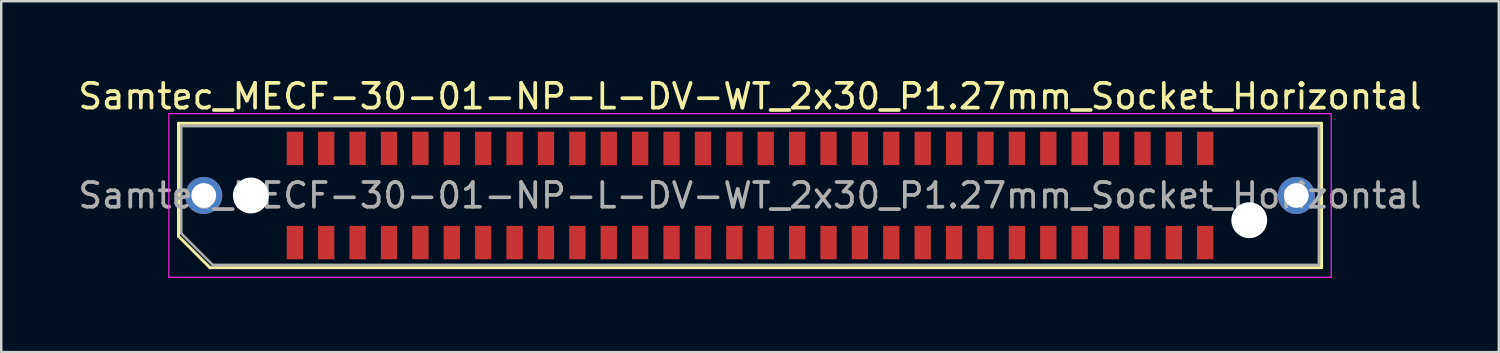
<source format=kicad_pcb>
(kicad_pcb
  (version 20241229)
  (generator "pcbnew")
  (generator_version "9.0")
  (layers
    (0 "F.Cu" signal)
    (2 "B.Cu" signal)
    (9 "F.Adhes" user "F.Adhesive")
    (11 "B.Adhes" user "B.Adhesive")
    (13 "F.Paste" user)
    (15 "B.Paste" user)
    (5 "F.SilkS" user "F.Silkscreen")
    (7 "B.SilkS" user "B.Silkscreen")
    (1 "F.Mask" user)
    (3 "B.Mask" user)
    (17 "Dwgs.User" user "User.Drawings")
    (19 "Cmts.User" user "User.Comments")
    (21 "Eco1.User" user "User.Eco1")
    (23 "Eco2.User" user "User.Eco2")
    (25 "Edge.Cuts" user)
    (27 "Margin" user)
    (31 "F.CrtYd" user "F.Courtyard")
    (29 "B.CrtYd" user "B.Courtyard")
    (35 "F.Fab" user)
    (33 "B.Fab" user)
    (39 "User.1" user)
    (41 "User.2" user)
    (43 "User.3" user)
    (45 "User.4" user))
  (footprint "Samtec_MECF-30-01-NP-L-DV-WT_2x30_P1.27mm_Socket_Horizontal"
    (layer "F.Cu")
    (at 27.292 4.858)
    (property "Reference" "Samtec_MECF-30-01-NP-L-DV-WT_2x30_P1.27mm_Socket_Horizontal" (at 0 -4.01 0) (layer "F.SilkS") (effects (font (size 1 1) (thickness 0.15))))
    (attr smd)
    (fp_line (start -23.12 -2.92) (end 23.12 -2.92) (stroke (width 0.12) (type solid)) (layer "F.SilkS"))
    (fp_line (start -23.12 1.65) (end -23.12 -2.92) (stroke (width 0.12) (type solid)) (layer "F.SilkS"))
    (fp_line (start -21.85 2.92) (end -23.12 1.65) (stroke (width 0.12) (type solid)) (layer "F.SilkS"))
    (fp_line (start -21.85 2.92) (end 23.12 2.92) (stroke (width 0.12) (type solid)) (layer "F.SilkS"))
    (fp_line (start 23.12 2.92) (end 23.12 -2.92) (stroke (width 0.12) (type solid)) (layer "F.SilkS"))
    (fp_line (start -23.51 -3.31) (end -23.51 3.31) (stroke (width 0.05) (type solid)) (layer "F.CrtYd"))
    (fp_line (start -23.51 3.31) (end 23.51 3.31) (stroke (width 0.05) (type solid)) (layer "F.CrtYd"))
    (fp_line (start 23.51 -3.31) (end -23.51 -3.31) (stroke (width 0.05) (type solid)) (layer "F.CrtYd"))
    (fp_line (start 23.51 3.31) (end 23.51 -3.31) (stroke (width 0.05) (type solid)) (layer "F.CrtYd"))
    (fp_line (start -23.01 -2.805) (end 23.01 -2.805) (stroke (width 0.1) (type solid)) (layer "F.Fab"))
    (fp_line (start -23.01 1.535) (end -23.01 -2.805) (stroke (width 0.1) (type solid)) (layer "F.Fab"))
    (fp_line (start -23.01 1.535) (end -21.74 2.805) (stroke (width 0.1) (type solid)) (layer "F.Fab"))
    (fp_line (start -21.74 2.805) (end 23.01 2.805) (stroke (width 0.1) (type solid)) (layer "F.Fab"))
    (fp_line (start 23.01 2.805) (end 23.01 -2.805) (stroke (width 0.1) (type solid)) (layer "F.Fab"))
    (fp_text user "${REFERENCE}" (at 0 0 0) (layer "F.Fab") (effects (font (size 1 1) (thickness 0.15))))
    (pad "" thru_hole circle (at -22.1 0) (size 1.5 1.5) (drill 1) (layers "*.Cu" "*.Mask"))
    (pad "" np_thru_hole circle (at -20.195 0) (size 1.45 1.45) (drill 1.45) (layers "*.Cu" "*.Mask"))
    (pad "" np_thru_hole circle (at 20.195 1) (size 1.45 1.45) (drill 1.45) (layers "*.Cu" "*.Mask"))
    (pad "" thru_hole circle (at 22.1 0) (size 1.5 1.5) (drill 1) (layers "*.Cu" "*.Mask"))
    (pad "1" smd rect (at -18.415 1.905) (size 0.66 1.35) (layers "F.Cu" "F.Mask" "F.Paste"))
    (pad "2" smd rect (at -18.415 -1.905) (size 0.66 1.35) (layers "F.Cu" "F.Mask" "F.Paste"))
    (pad "3" smd rect (at -17.145 1.905) (size 0.66 1.35) (layers "F.Cu" "F.Mask" "F.Paste"))
    (pad "4" smd rect (at -17.145 -1.905) (size 0.66 1.35) (layers "F.Cu" "F.Mask" "F.Paste"))
    (pad "5" smd rect (at -15.875 1.905) (size 0.66 1.35) (layers "F.Cu" "F.Mask" "F.Paste"))
    (pad "6" smd rect (at -15.875 -1.905) (size 0.66 1.35) (layers "F.Cu" "F.Mask" "F.Paste"))
    (pad "7" smd rect (at -14.605 1.905) (size 0.66 1.35) (layers "F.Cu" "F.Mask" "F.Paste"))
    (pad "8" smd rect (at -14.605 -1.905) (size 0.66 1.35) (layers "F.Cu" "F.Mask" "F.Paste"))
    (pad "9" smd rect (at -13.335 1.905) (size 0.66 1.35) (layers "F.Cu" "F.Mask" "F.Paste"))
    (pad "10" smd rect (at -13.335 -1.905) (size 0.66 1.35) (layers "F.Cu" "F.Mask" "F.Paste"))
    (pad "11" smd rect (at -12.065 1.905) (size 0.66 1.35) (layers "F.Cu" "F.Mask" "F.Paste"))
    (pad "12" smd rect (at -12.065 -1.905) (size 0.66 1.35) (layers "F.Cu" "F.Mask" "F.Paste"))
    (pad "13" smd rect (at -10.795 1.905) (size 0.66 1.35) (layers "F.Cu" "F.Mask" "F.Paste"))
    (pad "14" smd rect (at -10.795 -1.905) (size 0.66 1.35) (layers "F.Cu" "F.Mask" "F.Paste"))
    (pad "15" smd rect (at -9.525 1.905) (size 0.66 1.35) (layers "F.Cu" "F.Mask" "F.Paste"))
    (pad "16" smd rect (at -9.525 -1.905) (size 0.66 1.35) (layers "F.Cu" "F.Mask" "F.Paste"))
    (pad "17" smd rect (at -8.255 1.905) (size 0.66 1.35) (layers "F.Cu" "F.Mask" "F.Paste"))
    (pad "18" smd rect (at -8.255 -1.905) (size 0.66 1.35) (layers "F.Cu" "F.Mask" "F.Paste"))
    (pad "19" smd rect (at -6.985 1.905) (size 0.66 1.35) (layers "F.Cu" "F.Mask" "F.Paste"))
    (pad "20" smd rect (at -6.985 -1.905) (size 0.66 1.35) (layers "F.Cu" "F.Mask" "F.Paste"))
    (pad "21" smd rect (at -5.715 1.905) (size 0.66 1.35) (layers "F.Cu" "F.Mask" "F.Paste"))
    (pad "22" smd rect (at -5.715 -1.905) (size 0.66 1.35) (layers "F.Cu" "F.Mask" "F.Paste"))
    (pad "23" smd rect (at -4.445 1.905) (size 0.66 1.35) (layers "F.Cu" "F.Mask" "F.Paste"))
    (pad "24" smd rect (at -4.445 -1.905) (size 0.66 1.35) (layers "F.Cu" "F.Mask" "F.Paste"))
    (pad "25" smd rect (at -3.175 1.905) (size 0.66 1.35) (layers "F.Cu" "F.Mask" "F.Paste"))
    (pad "26" smd rect (at -3.175 -1.905) (size 0.66 1.35) (layers "F.Cu" "F.Mask" "F.Paste"))
    (pad "27" smd rect (at -1.905 1.905) (size 0.66 1.35) (layers "F.Cu" "F.Mask" "F.Paste"))
    (pad "28" smd rect (at -1.905 -1.905) (size 0.66 1.35) (layers "F.Cu" "F.Mask" "F.Paste"))
    (pad "29" smd rect (at -0.635 1.905) (size 0.66 1.35) (layers "F.Cu" "F.Mask" "F.Paste"))
    (pad "30" smd rect (at -0.635 -1.905) (size 0.66 1.35) (layers "F.Cu" "F.Mask" "F.Paste"))
    (pad "31" smd rect (at 0.635 1.905) (size 0.66 1.35) (layers "F.Cu" "F.Mask" "F.Paste"))
    (pad "32" smd rect (at 0.635 -1.905) (size 0.66 1.35) (layers "F.Cu" "F.Mask" "F.Paste"))
    (pad "33" smd rect (at 1.905 1.905) (size 0.66 1.35) (layers "F.Cu" "F.Mask" "F.Paste"))
    (pad "34" smd rect (at 1.905 -1.905) (size 0.66 1.35) (layers "F.Cu" "F.Mask" "F.Paste"))
    (pad "35" smd rect (at 3.175 1.905) (size 0.66 1.35) (layers "F.Cu" "F.Mask" "F.Paste"))
    (pad "36" smd rect (at 3.175 -1.905) (size 0.66 1.35) (layers "F.Cu" "F.Mask" "F.Paste"))
    (pad "37" smd rect (at 4.445 1.905) (size 0.66 1.35) (layers "F.Cu" "F.Mask" "F.Paste"))
    (pad "38" smd rect (at 4.445 -1.905) (size 0.66 1.35) (layers "F.Cu" "F.Mask" "F.Paste"))
    (pad "39" smd rect (at 5.715 1.905) (size 0.66 1.35) (layers "F.Cu" "F.Mask" "F.Paste"))
    (pad "40" smd rect (at 5.715 -1.905) (size 0.66 1.35) (layers "F.Cu" "F.Mask" "F.Paste"))
    (pad "41" smd rect (at 6.985 1.905) (size 0.66 1.35) (layers "F.Cu" "F.Mask" "F.Paste"))
    (pad "42" smd rect (at 6.985 -1.905) (size 0.66 1.35) (layers "F.Cu" "F.Mask" "F.Paste"))
    (pad "43" smd rect (at 8.255 1.905) (size 0.66 1.35) (layers "F.Cu" "F.Mask" "F.Paste"))
    (pad "44" smd rect (at 8.255 -1.905) (size 0.66 1.35) (layers "F.Cu" "F.Mask" "F.Paste"))
    (pad "45" smd rect (at 9.525 1.905) (size 0.66 1.35) (layers "F.Cu" "F.Mask" "F.Paste"))
    (pad "46" smd rect (at 9.525 -1.905) (size 0.66 1.35) (layers "F.Cu" "F.Mask" "F.Paste"))
    (pad "47" smd rect (at 10.795 1.905) (size 0.66 1.35) (layers "F.Cu" "F.Mask" "F.Paste"))
    (pad "48" smd rect (at 10.795 -1.905) (size 0.66 1.35) (layers "F.Cu" "F.Mask" "F.Paste"))
    (pad "49" smd rect (at 12.065 1.905) (size 0.66 1.35) (layers "F.Cu" "F.Mask" "F.Paste"))
    (pad "50" smd rect (at 12.065 -1.905) (size 0.66 1.35) (layers "F.Cu" "F.Mask" "F.Paste"))
    (pad "51" smd rect (at 13.335 1.905) (size 0.66 1.35) (layers "F.Cu" "F.Mask" "F.Paste"))
    (pad "52" smd rect (at 13.335 -1.905) (size 0.66 1.35) (layers "F.Cu" "F.Mask" "F.Paste"))
    (pad "53" smd rect (at 14.605 1.905) (size 0.66 1.35) (layers "F.Cu" "F.Mask" "F.Paste"))
    (pad "54" smd rect (at 14.605 -1.905) (size 0.66 1.35) (layers "F.Cu" "F.Mask" "F.Paste"))
    (pad "55" smd rect (at 15.875 1.905) (size 0.66 1.35) (layers "F.Cu" "F.Mask" "F.Paste"))
    (pad "56" smd rect (at 15.875 -1.905) (size 0.66 1.35) (layers "F.Cu" "F.Mask" "F.Paste"))
    (pad "57" smd rect (at 17.145 1.905) (size 0.66 1.35) (layers "F.Cu" "F.Mask" "F.Paste"))
    (pad "58" smd rect (at 17.145 -1.905) (size 0.66 1.35) (layers "F.Cu" "F.Mask" "F.Paste"))
    (pad "59" smd rect (at 18.415 1.905) (size 0.66 1.35) (layers "F.Cu" "F.Mask" "F.Paste"))
    (pad "60" smd rect (at 18.415 -1.905) (size 0.66 1.35) (layers "F.Cu" "F.Mask" "F.Paste")))
  (gr_rect
    (start -3 -3)
    (end 57.583 11.193)
    (stroke (width 0.1) (type default))
    (fill no)
    (layer "Edge.Cuts")))
</source>
